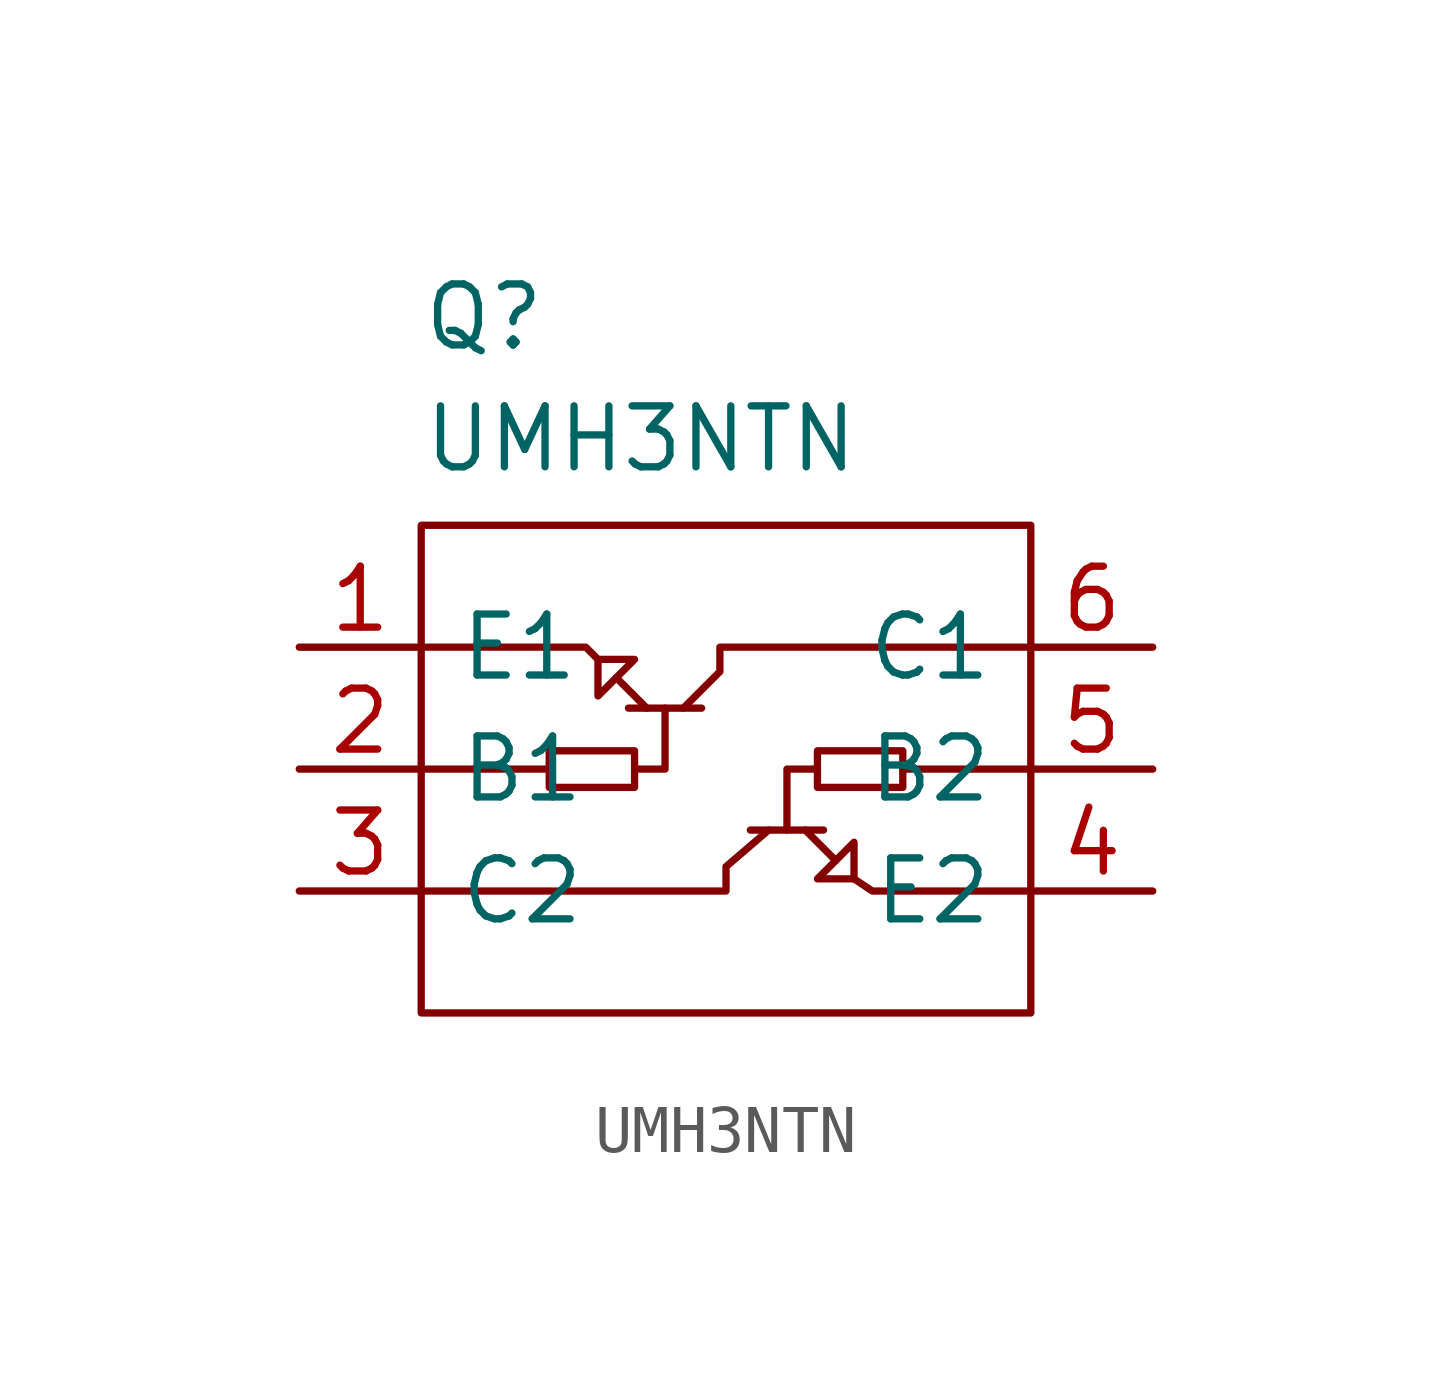
<source format=kicad_sym>
(kicad_symbol_lib
  (version 20241209)
  (generator "kicad_symbol_editor")
  (generator_version "9.0")
  (symbol "UMH3NTN"
    (pin_names
      (offset 0.762))
    (property "Reference" "Q"
      (at 2.54 7.62 0)
      (effects (font (size 1.27 1.27)) (justify left top)))
    (property "Value" "UMH3NTN"
      (at 2.54 5.08 0)
      (effects (font (size 1.27 1.27)) (justify left top)))
    (symbol "UMH3NTN_0_0"
      (pin passive line (at 0 0 0) (length 2.54) (name "E1" (effects (font (size 1.27 1.27)))) (number "1" (effects (font (size 1.27 1.27)))))
      (pin passive line (at 0 -2.54 0) (length 2.54) (name "B1" (effects (font (size 1.27 1.27)))) (number "2" (effects (font (size 1.27 1.27)))))
      (pin passive line (at 0 -5.08 0) (length 2.54) (name "C2" (effects (font (size 1.27 1.27)))) (number "3" (effects (font (size 1.27 1.27)))))
      (pin passive line (at 17.78 0 180) (length 2.54) (name "C1" (effects (font (size 1.27 1.27)))) (number "6" (effects (font (size 1.27 1.27)))))
      (pin passive line (at 17.78 -2.54 180) (length 2.54) (name "B2" (effects (font (size 1.27 1.27)))) (number "5" (effects (font (size 1.27 1.27)))))
      (pin passive line (at 17.78 -5.08 180) (length 2.54) (name "E2" (effects (font (size 1.27 1.27)))) (number "4" (effects (font (size 1.27 1.27))))))
    (symbol "UMH3NTN_0_1"
      (rectangle (start 2.54 2.54) (end 15.24 -7.62) (stroke (width 0.152) (type default)) (fill (type none)))
      (polyline (pts (xy 2.54 0) (xy 5.969 0) (xy 6.223 -0.254)) (stroke (width 0.152) (type default)) (fill (type none)))
      (polyline (pts (xy 2.54 -2.54) (xy 5.207 -2.54)) (stroke (width 0.152) (type default)) (fill (type none)))
      (rectangle (start 5.207 -2.159) (end 6.985 -2.921) (stroke (width 0.152) (type default)) (fill (type none)))
      (polyline (pts (xy 6.604 -0.635) (xy 6.985 -0.254) (xy 6.223 -0.254) (xy 6.223 -1.016) (xy 6.604 -0.635)) (stroke (width 0.152) (type default)) (fill (type none)))
      (polyline (pts (xy 6.985 -2.54) (xy 7.62 -2.54) (xy 7.62 -1.27)) (stroke (width 0.152) (type default)) (fill (type none)))
      (polyline (pts (xy 7.239 -1.27) (xy 6.604 -0.635)) (stroke (width 0.152) (type default)) (fill (type none)))
      (polyline (pts (xy 8.001 -1.27) (xy 8.763 -0.508) (xy 8.763 0) (xy 15.24 0)) (stroke (width 0.152) (type default)) (fill (type none)))
      (polyline (pts (xy 8.382 -1.27) (xy 6.858 -1.27)) (stroke (width 0.152) (type default)) (fill (type none)))
      (polyline (pts (xy 9.398 -3.81) (xy 10.922 -3.81)) (stroke (width 0.152) (type default)) (fill (type none)))
      (polyline (pts (xy 9.779 -3.81) (xy 8.89 -4.572) (xy 8.89 -5.08) (xy 2.54 -5.08)) (stroke (width 0.152) (type default)) (fill (type none)))
      (polyline (pts (xy 10.541 -3.81) (xy 11.176 -4.445)) (stroke (width 0.152) (type default)) (fill (type none)))
      (polyline (pts (xy 10.795 -2.54) (xy 10.16 -2.54) (xy 10.16 -3.81)) (stroke (width 0.152) (type default)) (fill (type none)))
      (polyline (pts (xy 11.176 -4.445) (xy 10.795 -4.826) (xy 11.557 -4.826) (xy 11.557 -4.064) (xy 11.176 -4.445)) (stroke (width 0.152) (type default)) (fill (type none)))
      (rectangle (start 12.573 -2.921) (end 10.795 -2.159) (stroke (width 0.152) (type default)) (fill (type none)))
      (polyline (pts (xy 15.24 -2.54) (xy 12.573 -2.54)) (stroke (width 0.152) (type default)) (fill (type none)))
      (polyline (pts (xy 15.24 -5.08) (xy 11.938 -5.08) (xy 11.557 -4.826)) (stroke (width 0.152) (type default)) (fill (type none))))))
</source>
